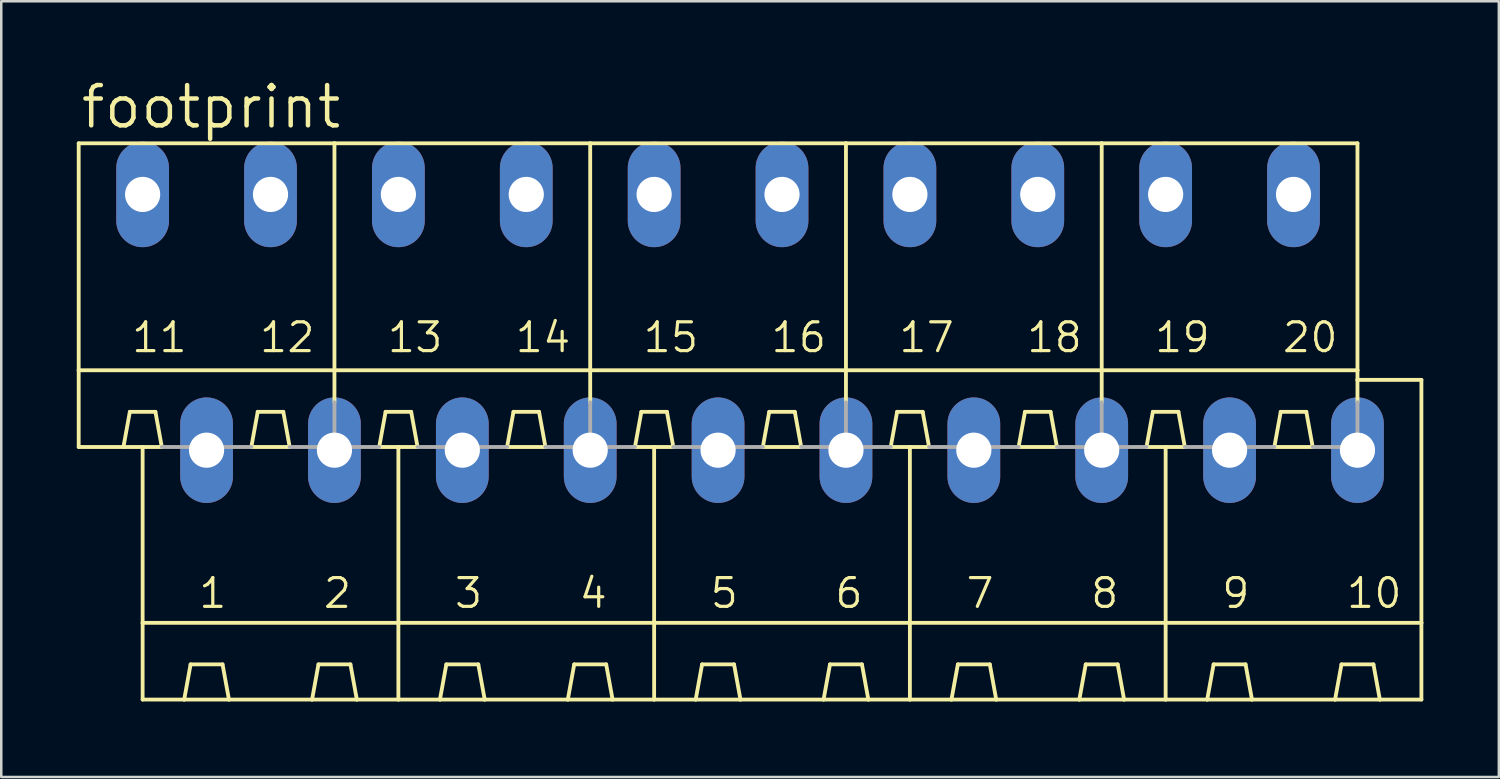
<source format=kicad_pcb>
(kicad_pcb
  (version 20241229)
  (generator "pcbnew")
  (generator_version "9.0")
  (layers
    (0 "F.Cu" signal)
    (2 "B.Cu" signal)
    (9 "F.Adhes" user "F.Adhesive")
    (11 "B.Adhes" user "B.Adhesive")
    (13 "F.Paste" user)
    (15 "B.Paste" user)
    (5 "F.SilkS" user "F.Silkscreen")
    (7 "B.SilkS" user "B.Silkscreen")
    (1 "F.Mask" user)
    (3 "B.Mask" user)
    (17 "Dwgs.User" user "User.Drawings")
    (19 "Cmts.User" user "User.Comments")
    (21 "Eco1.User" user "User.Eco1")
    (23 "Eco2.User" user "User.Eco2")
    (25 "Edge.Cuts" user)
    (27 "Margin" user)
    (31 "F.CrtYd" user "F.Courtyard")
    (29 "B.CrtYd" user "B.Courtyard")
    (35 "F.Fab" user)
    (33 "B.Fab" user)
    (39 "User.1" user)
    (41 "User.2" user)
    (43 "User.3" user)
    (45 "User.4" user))
  (footprint "footprint"
    (layer "F.Cu")
    (at 26.746 9.754)
    (property "Reference" "footprint" (at -26.67 -7.62 0) (layer "F.SilkS") (effects (font (size 1.6 1.6) (thickness 0.178)) (justify left bottom)))
    (fp_line (start -26.67 -7.112) (end -26.67 1.905) (stroke (width 0.152) (type solid)) (layer "F.SilkS"))
    (fp_line (start -26.67 -7.112) (end -16.51 -7.112) (stroke (width 0.152) (type solid)) (layer "F.SilkS"))
    (fp_line (start -26.67 1.905) (end -26.67 4.953) (stroke (width 0.152) (type solid)) (layer "F.SilkS"))
    (fp_line (start -26.67 1.905) (end -16.51 1.905) (stroke (width 0.152) (type solid)) (layer "F.SilkS"))
    (fp_line (start -26.67 4.953) (end -24.892 4.953) (stroke (width 0.152) (type solid)) (layer "F.SilkS"))
    (fp_line (start -24.892 4.953) (end -24.638 3.556) (stroke (width 0.152) (type solid)) (layer "F.SilkS"))
    (fp_line (start -24.892 4.953) (end -24.13 4.953) (stroke (width 0.152) (type solid)) (layer "F.SilkS"))
    (fp_line (start -24.638 3.556) (end -23.622 3.556) (stroke (width 0.152) (type solid)) (layer "F.SilkS"))
    (fp_line (start -24.13 4.953) (end -23.368 4.953) (stroke (width 0.152) (type solid)) (layer "F.SilkS"))
    (fp_line (start -24.13 11.938) (end -24.13 4.953) (stroke (width 0.152) (type solid)) (layer "F.SilkS"))
    (fp_line (start -24.13 11.938) (end -13.97 11.938) (stroke (width 0.152) (type solid)) (layer "F.SilkS"))
    (fp_line (start -24.13 14.986) (end -24.13 11.938) (stroke (width 0.152) (type solid)) (layer "F.SilkS"))
    (fp_line (start -24.13 14.986) (end -22.479 14.986) (stroke (width 0.152) (type solid)) (layer "F.SilkS"))
    (fp_line (start -23.622 3.556) (end -23.368 4.953) (stroke (width 0.152) (type solid)) (layer "F.SilkS"))
    (fp_line (start -22.479 14.986) (end -22.225 13.589) (stroke (width 0.152) (type solid)) (layer "F.SilkS"))
    (fp_line (start -22.479 14.986) (end -20.701 14.986) (stroke (width 0.152) (type solid)) (layer "F.SilkS"))
    (fp_line (start -22.225 13.589) (end -20.955 13.589) (stroke (width 0.152) (type solid)) (layer "F.SilkS"))
    (fp_line (start -20.955 13.589) (end -20.701 14.986) (stroke (width 0.152) (type solid)) (layer "F.SilkS"))
    (fp_line (start -20.701 14.986) (end -17.399 14.986) (stroke (width 0.152) (type solid)) (layer "F.SilkS"))
    (fp_line (start -19.812 4.953) (end -19.558 3.556) (stroke (width 0.152) (type solid)) (layer "F.SilkS"))
    (fp_line (start -19.812 4.953) (end -18.288 4.953) (stroke (width 0.152) (type solid)) (layer "F.SilkS"))
    (fp_line (start -19.558 3.556) (end -18.542 3.556) (stroke (width 0.152) (type solid)) (layer "F.SilkS"))
    (fp_line (start -18.542 3.556) (end -18.288 4.953) (stroke (width 0.152) (type solid)) (layer "F.SilkS"))
    (fp_line (start -17.399 14.986) (end -17.145 13.589) (stroke (width 0.152) (type solid)) (layer "F.SilkS"))
    (fp_line (start -17.399 14.986) (end -15.621 14.986) (stroke (width 0.152) (type solid)) (layer "F.SilkS"))
    (fp_line (start -17.145 13.589) (end -15.875 13.589) (stroke (width 0.152) (type solid)) (layer "F.SilkS"))
    (fp_line (start -16.51 -7.112) (end -16.51 1.905) (stroke (width 0.152) (type solid)) (layer "F.SilkS"))
    (fp_line (start -16.51 -7.112) (end -6.35 -7.112) (stroke (width 0.152) (type solid)) (layer "F.SilkS"))
    (fp_line (start -16.51 1.905) (end -16.51 3.175) (stroke (width 0.152) (type solid)) (layer "F.SilkS"))
    (fp_line (start -16.51 1.905) (end -6.35 1.905) (stroke (width 0.152) (type solid)) (layer "F.SilkS"))
    (fp_line (start -15.875 13.589) (end -15.621 14.986) (stroke (width 0.152) (type solid)) (layer "F.SilkS"))
    (fp_line (start -15.621 14.986) (end -13.97 14.986) (stroke (width 0.152) (type solid)) (layer "F.SilkS"))
    (fp_line (start -14.732 4.953) (end -14.478 3.556) (stroke (width 0.152) (type solid)) (layer "F.SilkS"))
    (fp_line (start -14.732 4.953) (end -13.97 4.953) (stroke (width 0.152) (type solid)) (layer "F.SilkS"))
    (fp_line (start -14.478 3.556) (end -13.462 3.556) (stroke (width 0.152) (type solid)) (layer "F.SilkS"))
    (fp_line (start -13.97 4.953) (end -13.208 4.953) (stroke (width 0.152) (type solid)) (layer "F.SilkS"))
    (fp_line (start -13.97 11.938) (end -13.97 4.953) (stroke (width 0.152) (type solid)) (layer "F.SilkS"))
    (fp_line (start -13.97 11.938) (end -3.81 11.938) (stroke (width 0.152) (type solid)) (layer "F.SilkS"))
    (fp_line (start -13.97 14.986) (end -13.97 11.938) (stroke (width 0.152) (type solid)) (layer "F.SilkS"))
    (fp_line (start -13.97 14.986) (end -12.319 14.986) (stroke (width 0.152) (type solid)) (layer "F.SilkS"))
    (fp_line (start -13.462 3.556) (end -13.208 4.953) (stroke (width 0.152) (type solid)) (layer "F.SilkS"))
    (fp_line (start -12.319 14.986) (end -12.065 13.589) (stroke (width 0.152) (type solid)) (layer "F.SilkS"))
    (fp_line (start -12.319 14.986) (end -10.541 14.986) (stroke (width 0.152) (type solid)) (layer "F.SilkS"))
    (fp_line (start -12.065 13.589) (end -10.795 13.589) (stroke (width 0.152) (type solid)) (layer "F.SilkS"))
    (fp_line (start -10.795 13.589) (end -10.541 14.986) (stroke (width 0.152) (type solid)) (layer "F.SilkS"))
    (fp_line (start -10.541 14.986) (end -7.239 14.986) (stroke (width 0.152) (type solid)) (layer "F.SilkS"))
    (fp_line (start -9.652 4.953) (end -9.398 3.556) (stroke (width 0.152) (type solid)) (layer "F.SilkS"))
    (fp_line (start -9.652 4.953) (end -8.128 4.953) (stroke (width 0.152) (type solid)) (layer "F.SilkS"))
    (fp_line (start -9.398 3.556) (end -8.382 3.556) (stroke (width 0.152) (type solid)) (layer "F.SilkS"))
    (fp_line (start -8.382 3.556) (end -8.128 4.953) (stroke (width 0.152) (type solid)) (layer "F.SilkS"))
    (fp_line (start -7.239 14.986) (end -6.985 13.589) (stroke (width 0.152) (type solid)) (layer "F.SilkS"))
    (fp_line (start -7.239 14.986) (end -5.461 14.986) (stroke (width 0.152) (type solid)) (layer "F.SilkS"))
    (fp_line (start -6.985 13.589) (end -5.715 13.589) (stroke (width 0.152) (type solid)) (layer "F.SilkS"))
    (fp_line (start -6.35 -7.112) (end -6.35 1.905) (stroke (width 0.152) (type solid)) (layer "F.SilkS"))
    (fp_line (start -6.35 -7.112) (end 3.81 -7.112) (stroke (width 0.152) (type solid)) (layer "F.SilkS"))
    (fp_line (start -6.35 1.905) (end -6.35 3.175) (stroke (width 0.152) (type solid)) (layer "F.SilkS"))
    (fp_line (start -6.35 1.905) (end 3.81 1.905) (stroke (width 0.152) (type solid)) (layer "F.SilkS"))
    (fp_line (start -5.715 13.589) (end -5.461 14.986) (stroke (width 0.152) (type solid)) (layer "F.SilkS"))
    (fp_line (start -5.461 14.986) (end -3.81 14.986) (stroke (width 0.152) (type solid)) (layer "F.SilkS"))
    (fp_line (start -4.572 4.953) (end -4.318 3.556) (stroke (width 0.152) (type solid)) (layer "F.SilkS"))
    (fp_line (start -4.572 4.953) (end -3.81 4.953) (stroke (width 0.152) (type solid)) (layer "F.SilkS"))
    (fp_line (start -4.318 3.556) (end -3.302 3.556) (stroke (width 0.152) (type solid)) (layer "F.SilkS"))
    (fp_line (start -3.81 4.953) (end -3.048 4.953) (stroke (width 0.152) (type solid)) (layer "F.SilkS"))
    (fp_line (start -3.81 11.938) (end -3.81 4.953) (stroke (width 0.152) (type solid)) (layer "F.SilkS"))
    (fp_line (start -3.81 11.938) (end 6.35 11.938) (stroke (width 0.152) (type solid)) (layer "F.SilkS"))
    (fp_line (start -3.81 14.986) (end -3.81 11.938) (stroke (width 0.152) (type solid)) (layer "F.SilkS"))
    (fp_line (start -3.81 14.986) (end -2.159 14.986) (stroke (width 0.152) (type solid)) (layer "F.SilkS"))
    (fp_line (start -3.302 3.556) (end -3.048 4.953) (stroke (width 0.152) (type solid)) (layer "F.SilkS"))
    (fp_line (start -2.159 14.986) (end -1.905 13.589) (stroke (width 0.152) (type solid)) (layer "F.SilkS"))
    (fp_line (start -2.159 14.986) (end -0.381 14.986) (stroke (width 0.152) (type solid)) (layer "F.SilkS"))
    (fp_line (start -1.905 13.589) (end -0.635 13.589) (stroke (width 0.152) (type solid)) (layer "F.SilkS"))
    (fp_line (start -0.635 13.589) (end -0.381 14.986) (stroke (width 0.152) (type solid)) (layer "F.SilkS"))
    (fp_line (start -0.381 14.986) (end 2.921 14.986) (stroke (width 0.152) (type solid)) (layer "F.SilkS"))
    (fp_line (start 0.508 4.953) (end 0.762 3.556) (stroke (width 0.152) (type solid)) (layer "F.SilkS"))
    (fp_line (start 0.508 4.953) (end 2.032 4.953) (stroke (width 0.152) (type solid)) (layer "F.SilkS"))
    (fp_line (start 0.762 3.556) (end 1.778 3.556) (stroke (width 0.152) (type solid)) (layer "F.SilkS"))
    (fp_line (start 1.778 3.556) (end 2.032 4.953) (stroke (width 0.152) (type solid)) (layer "F.SilkS"))
    (fp_line (start 2.921 14.986) (end 3.175 13.589) (stroke (width 0.152) (type solid)) (layer "F.SilkS"))
    (fp_line (start 2.921 14.986) (end 4.699 14.986) (stroke (width 0.152) (type solid)) (layer "F.SilkS"))
    (fp_line (start 3.175 13.589) (end 4.445 13.589) (stroke (width 0.152) (type solid)) (layer "F.SilkS"))
    (fp_line (start 3.81 -7.112) (end 3.81 1.905) (stroke (width 0.152) (type solid)) (layer "F.SilkS"))
    (fp_line (start 3.81 -7.112) (end 13.97 -7.112) (stroke (width 0.152) (type solid)) (layer "F.SilkS"))
    (fp_line (start 3.81 1.905) (end 3.81 3.175) (stroke (width 0.152) (type solid)) (layer "F.SilkS"))
    (fp_line (start 3.81 1.905) (end 13.97 1.905) (stroke (width 0.152) (type solid)) (layer "F.SilkS"))
    (fp_line (start 4.445 13.589) (end 4.699 14.986) (stroke (width 0.152) (type solid)) (layer "F.SilkS"))
    (fp_line (start 4.699 14.986) (end 6.35 14.986) (stroke (width 0.152) (type solid)) (layer "F.SilkS"))
    (fp_line (start 5.588 4.953) (end 5.842 3.556) (stroke (width 0.152) (type solid)) (layer "F.SilkS"))
    (fp_line (start 5.588 4.953) (end 6.35 4.953) (stroke (width 0.152) (type solid)) (layer "F.SilkS"))
    (fp_line (start 5.842 3.556) (end 6.858 3.556) (stroke (width 0.152) (type solid)) (layer "F.SilkS"))
    (fp_line (start 6.35 4.953) (end 7.112 4.953) (stroke (width 0.152) (type solid)) (layer "F.SilkS"))
    (fp_line (start 6.35 11.938) (end 6.35 4.953) (stroke (width 0.152) (type solid)) (layer "F.SilkS"))
    (fp_line (start 6.35 11.938) (end 16.51 11.938) (stroke (width 0.152) (type solid)) (layer "F.SilkS"))
    (fp_line (start 6.35 14.986) (end 6.35 11.938) (stroke (width 0.152) (type solid)) (layer "F.SilkS"))
    (fp_line (start 6.35 14.986) (end 8.001 14.986) (stroke (width 0.152) (type solid)) (layer "F.SilkS"))
    (fp_line (start 6.858 3.556) (end 7.112 4.953) (stroke (width 0.152) (type solid)) (layer "F.SilkS"))
    (fp_line (start 8.001 14.986) (end 8.255 13.589) (stroke (width 0.152) (type solid)) (layer "F.SilkS"))
    (fp_line (start 8.001 14.986) (end 9.779 14.986) (stroke (width 0.152) (type solid)) (layer "F.SilkS"))
    (fp_line (start 8.255 13.589) (end 9.525 13.589) (stroke (width 0.152) (type solid)) (layer "F.SilkS"))
    (fp_line (start 9.525 13.589) (end 9.779 14.986) (stroke (width 0.152) (type solid)) (layer "F.SilkS"))
    (fp_line (start 9.779 14.986) (end 13.081 14.986) (stroke (width 0.152) (type solid)) (layer "F.SilkS"))
    (fp_line (start 10.668 4.953) (end 10.922 3.556) (stroke (width 0.152) (type solid)) (layer "F.SilkS"))
    (fp_line (start 10.668 4.953) (end 12.192 4.953) (stroke (width 0.152) (type solid)) (layer "F.SilkS"))
    (fp_line (start 10.922 3.556) (end 11.938 3.556) (stroke (width 0.152) (type solid)) (layer "F.SilkS"))
    (fp_line (start 11.938 3.556) (end 12.192 4.953) (stroke (width 0.152) (type solid)) (layer "F.SilkS"))
    (fp_line (start 13.081 14.986) (end 13.335 13.589) (stroke (width 0.152) (type solid)) (layer "F.SilkS"))
    (fp_line (start 13.081 14.986) (end 14.859 14.986) (stroke (width 0.152) (type solid)) (layer "F.SilkS"))
    (fp_line (start 13.335 13.589) (end 14.605 13.589) (stroke (width 0.152) (type solid)) (layer "F.SilkS"))
    (fp_line (start 13.97 -7.112) (end 13.97 1.905) (stroke (width 0.152) (type solid)) (layer "F.SilkS"))
    (fp_line (start 13.97 -7.112) (end 24.13 -7.112) (stroke (width 0.152) (type solid)) (layer "F.SilkS"))
    (fp_line (start 13.97 1.905) (end 13.97 3.175) (stroke (width 0.152) (type solid)) (layer "F.SilkS"))
    (fp_line (start 13.97 1.905) (end 24.13 1.905) (stroke (width 0.152) (type solid)) (layer "F.SilkS"))
    (fp_line (start 14.605 13.589) (end 14.859 14.986) (stroke (width 0.152) (type solid)) (layer "F.SilkS"))
    (fp_line (start 14.859 14.986) (end 16.51 14.986) (stroke (width 0.152) (type solid)) (layer "F.SilkS"))
    (fp_line (start 15.748 4.953) (end 16.002 3.556) (stroke (width 0.152) (type solid)) (layer "F.SilkS"))
    (fp_line (start 15.748 4.953) (end 16.51 4.953) (stroke (width 0.152) (type solid)) (layer "F.SilkS"))
    (fp_line (start 16.002 3.556) (end 17.018 3.556) (stroke (width 0.152) (type solid)) (layer "F.SilkS"))
    (fp_line (start 16.51 4.953) (end 16.51 11.938) (stroke (width 0.152) (type solid)) (layer "F.SilkS"))
    (fp_line (start 16.51 4.953) (end 17.272 4.953) (stroke (width 0.152) (type solid)) (layer "F.SilkS"))
    (fp_line (start 16.51 11.938) (end 26.67 11.938) (stroke (width 0.152) (type solid)) (layer "F.SilkS"))
    (fp_line (start 16.51 14.986) (end 16.51 11.938) (stroke (width 0.152) (type solid)) (layer "F.SilkS"))
    (fp_line (start 16.51 14.986) (end 18.161 14.986) (stroke (width 0.152) (type solid)) (layer "F.SilkS"))
    (fp_line (start 17.018 3.556) (end 17.272 4.953) (stroke (width 0.152) (type solid)) (layer "F.SilkS"))
    (fp_line (start 18.161 14.986) (end 18.415 13.589) (stroke (width 0.152) (type solid)) (layer "F.SilkS"))
    (fp_line (start 18.161 14.986) (end 19.939 14.986) (stroke (width 0.152) (type solid)) (layer "F.SilkS"))
    (fp_line (start 18.415 13.589) (end 19.685 13.589) (stroke (width 0.152) (type solid)) (layer "F.SilkS"))
    (fp_line (start 19.685 13.589) (end 19.939 14.986) (stroke (width 0.152) (type solid)) (layer "F.SilkS"))
    (fp_line (start 19.939 14.986) (end 23.241 14.986) (stroke (width 0.152) (type solid)) (layer "F.SilkS"))
    (fp_line (start 20.828 4.953) (end 21.082 3.556) (stroke (width 0.152) (type solid)) (layer "F.SilkS"))
    (fp_line (start 20.828 4.953) (end 22.352 4.953) (stroke (width 0.152) (type solid)) (layer "F.SilkS"))
    (fp_line (start 21.082 3.556) (end 22.098 3.556) (stroke (width 0.152) (type solid)) (layer "F.SilkS"))
    (fp_line (start 22.098 3.556) (end 22.352 4.953) (stroke (width 0.152) (type solid)) (layer "F.SilkS"))
    (fp_line (start 23.241 14.986) (end 23.495 13.589) (stroke (width 0.152) (type solid)) (layer "F.SilkS"))
    (fp_line (start 23.241 14.986) (end 25.019 14.986) (stroke (width 0.152) (type solid)) (layer "F.SilkS"))
    (fp_line (start 23.495 13.589) (end 24.765 13.589) (stroke (width 0.152) (type solid)) (layer "F.SilkS"))
    (fp_line (start 24.13 -7.112) (end 24.13 1.905) (stroke (width 0.152) (type solid)) (layer "F.SilkS"))
    (fp_line (start 24.13 1.905) (end 24.13 2.286) (stroke (width 0.152) (type solid)) (layer "F.SilkS"))
    (fp_line (start 24.13 2.286) (end 24.13 3.175) (stroke (width 0.152) (type solid)) (layer "F.SilkS"))
    (fp_line (start 24.765 13.589) (end 25.019 14.986) (stroke (width 0.152) (type solid)) (layer "F.SilkS"))
    (fp_line (start 25.019 14.986) (end 26.67 14.986) (stroke (width 0.152) (type solid)) (layer "F.SilkS"))
    (fp_line (start 26.67 2.286) (end 24.13 2.286) (stroke (width 0.152) (type solid)) (layer "F.SilkS"))
    (fp_line (start 26.67 2.286) (end 26.67 11.938) (stroke (width 0.152) (type solid)) (layer "F.SilkS"))
    (fp_line (start 26.67 11.938) (end 26.67 14.986) (stroke (width 0.152) (type solid)) (layer "F.SilkS"))
    (fp_line (start -23.368 4.953) (end -19.812 4.953) (stroke (width 0.152) (type solid)) (layer "F.Fab"))
    (fp_line (start -18.288 4.953) (end -16.51 4.953) (stroke (width 0.152) (type solid)) (layer "F.Fab"))
    (fp_line (start -16.51 3.175) (end -16.51 4.953) (stroke (width 0.152) (type solid)) (layer "F.Fab"))
    (fp_line (start -14.732 4.953) (end -16.51 4.953) (stroke (width 0.152) (type solid)) (layer "F.Fab"))
    (fp_line (start -13.208 4.953) (end -9.652 4.953) (stroke (width 0.152) (type solid)) (layer "F.Fab"))
    (fp_line (start -8.128 4.953) (end -6.35 4.953) (stroke (width 0.152) (type solid)) (layer "F.Fab"))
    (fp_line (start -6.35 3.175) (end -6.35 4.953) (stroke (width 0.152) (type solid)) (layer "F.Fab"))
    (fp_line (start -6.35 4.953) (end -4.572 4.953) (stroke (width 0.152) (type solid)) (layer "F.Fab"))
    (fp_line (start -3.048 4.953) (end 0.508 4.953) (stroke (width 0.152) (type solid)) (layer "F.Fab"))
    (fp_line (start 2.032 4.953) (end 3.81 4.953) (stroke (width 0.152) (type solid)) (layer "F.Fab"))
    (fp_line (start 3.81 3.175) (end 3.81 4.953) (stroke (width 0.152) (type solid)) (layer "F.Fab"))
    (fp_line (start 3.81 4.953) (end 5.588 4.953) (stroke (width 0.152) (type solid)) (layer "F.Fab"))
    (fp_line (start 7.112 4.953) (end 10.668 4.953) (stroke (width 0.152) (type solid)) (layer "F.Fab"))
    (fp_line (start 12.192 4.953) (end 13.97 4.953) (stroke (width 0.152) (type solid)) (layer "F.Fab"))
    (fp_line (start 13.97 3.175) (end 13.97 4.953) (stroke (width 0.152) (type solid)) (layer "F.Fab"))
    (fp_line (start 13.97 4.953) (end 15.748 4.953) (stroke (width 0.152) (type solid)) (layer "F.Fab"))
    (fp_line (start 17.272 4.953) (end 20.828 4.953) (stroke (width 0.152) (type solid)) (layer "F.Fab"))
    (fp_line (start 22.352 4.953) (end 24.13 4.953) (stroke (width 0.152) (type solid)) (layer "F.Fab"))
    (fp_line (start 24.13 3.175) (end 24.13 4.953) (stroke (width 0.152) (type solid)) (layer "F.Fab"))
    (fp_text user "11" (at -24.638 1.27 0) (layer "F.SilkS") (effects (font (size 1.143 1.143) (thickness 0.127)) (justify left bottom)))
    (fp_text user "19" (at 16.002 1.27 0) (layer "F.SilkS") (effects (font (size 1.143 1.143) (thickness 0.127)) (justify left bottom)))
    (fp_text user "6" (at 3.302 11.43 0) (layer "F.SilkS") (effects (font (size 1.143 1.143) (thickness 0.127)) (justify left bottom)))
    (fp_text user "2" (at -17.018 11.43 0) (layer "F.SilkS") (effects (font (size 1.143 1.143) (thickness 0.127)) (justify left bottom)))
    (fp_text user "8" (at 13.462 11.43 0) (layer "F.SilkS") (effects (font (size 1.143 1.143) (thickness 0.127)) (justify left bottom)))
    (fp_text user "15" (at -4.318 1.27 0) (layer "F.SilkS") (effects (font (size 1.143 1.143) (thickness 0.127)) (justify left bottom)))
    (fp_text user "3" (at -11.811 11.43 0) (layer "F.SilkS") (effects (font (size 1.143 1.143) (thickness 0.127)) (justify left bottom)))
    (fp_text user "7" (at 8.509 11.43 0) (layer "F.SilkS") (effects (font (size 1.143 1.143) (thickness 0.127)) (justify left bottom)))
    (fp_text user "14" (at -9.398 1.27 0) (layer "F.SilkS") (effects (font (size 1.143 1.143) (thickness 0.127)) (justify left bottom)))
    (fp_text user "16" (at 0.762 1.27 0) (layer "F.SilkS") (effects (font (size 1.143 1.143) (thickness 0.127)) (justify left bottom)))
    (fp_text user "20" (at 21.082 1.27 0) (layer "F.SilkS") (effects (font (size 1.143 1.143) (thickness 0.127)) (justify left bottom)))
    (fp_text user "18" (at 10.922 1.27 0) (layer "F.SilkS") (effects (font (size 1.143 1.143) (thickness 0.127)) (justify left bottom)))
    (fp_text user "10" (at 23.622 11.43 0) (layer "F.SilkS") (effects (font (size 1.143 1.143) (thickness 0.127)) (justify left bottom)))
    (fp_text user "4" (at -6.858 11.43 0) (layer "F.SilkS") (effects (font (size 1.143 1.143) (thickness 0.127)) (justify left bottom)))
    (fp_text user "17" (at 5.842 1.27 0) (layer "F.SilkS") (effects (font (size 1.143 1.143) (thickness 0.127)) (justify left bottom)))
    (fp_text user "13" (at -14.478 1.27 0) (layer "F.SilkS") (effects (font (size 1.143 1.143) (thickness 0.127)) (justify left bottom)))
    (fp_text user "5" (at -1.651 11.43 0) (layer "F.SilkS") (effects (font (size 1.143 1.143) (thickness 0.127)) (justify left bottom)))
    (fp_text user "1" (at -21.971 11.43 0) (layer "F.SilkS") (effects (font (size 1.143 1.143) (thickness 0.127)) (justify left bottom)))
    (fp_text user "9" (at 18.669 11.43 0) (layer "F.SilkS") (effects (font (size 1.143 1.143) (thickness 0.127)) (justify left bottom)))
    (fp_text user "12" (at -19.558 1.27 0) (layer "F.SilkS") (effects (font (size 1.143 1.143) (thickness 0.127)) (justify left bottom)))
    (pad "1" thru_hole oval (at -21.59 5.08 90) (size 4.191 2.095) (drill 1.397) (layers "*.Cu" "*.Mask"))
    (pad "2" thru_hole oval (at -16.51 5.08 90) (size 4.191 2.095) (drill 1.397) (layers "*.Cu" "*.Mask"))
    (pad "3" thru_hole oval (at -11.43 5.08 90) (size 4.191 2.095) (drill 1.397) (layers "*.Cu" "*.Mask"))
    (pad "4" thru_hole oval (at -6.35 5.08 90) (size 4.191 2.095) (drill 1.397) (layers "*.Cu" "*.Mask"))
    (pad "5" thru_hole oval (at -1.27 5.08 90) (size 4.191 2.095) (drill 1.397) (layers "*.Cu" "*.Mask"))
    (pad "6" thru_hole oval (at 3.81 5.08 90) (size 4.191 2.095) (drill 1.397) (layers "*.Cu" "*.Mask"))
    (pad "7" thru_hole oval (at 8.89 5.08 90) (size 4.191 2.095) (drill 1.397) (layers "*.Cu" "*.Mask"))
    (pad "8" thru_hole oval (at 13.97 5.08 90) (size 4.191 2.095) (drill 1.397) (layers "*.Cu" "*.Mask"))
    (pad "9" thru_hole oval (at 19.05 5.08 90) (size 4.191 2.095) (drill 1.397) (layers "*.Cu" "*.Mask"))
    (pad "10" thru_hole oval (at 24.13 5.08 90) (size 4.191 2.095) (drill 1.397) (layers "*.Cu" "*.Mask"))
    (pad "11" thru_hole oval (at -24.13 -5.08 90) (size 4.191 2.095) (drill 1.397) (layers "*.Cu" "*.Mask"))
    (pad "12" thru_hole oval (at -19.05 -5.08 90) (size 4.191 2.095) (drill 1.397) (layers "*.Cu" "*.Mask"))
    (pad "13" thru_hole oval (at -13.97 -5.08 90) (size 4.191 2.095) (drill 1.397) (layers "*.Cu" "*.Mask"))
    (pad "14" thru_hole oval (at -8.89 -5.08 90) (size 4.191 2.095) (drill 1.397) (layers "*.Cu" "*.Mask"))
    (pad "15" thru_hole oval (at -3.81 -5.08 90) (size 4.191 2.095) (drill 1.397) (layers "*.Cu" "*.Mask"))
    (pad "16" thru_hole oval (at 1.27 -5.08 90) (size 4.191 2.095) (drill 1.397) (layers "*.Cu" "*.Mask"))
    (pad "17" thru_hole oval (at 6.35 -5.08 90) (size 4.191 2.095) (drill 1.397) (layers "*.Cu" "*.Mask"))
    (pad "18" thru_hole oval (at 11.43 -5.08 90) (size 4.191 2.095) (drill 1.397) (layers "*.Cu" "*.Mask"))
    (pad "19" thru_hole oval (at 16.51 -5.08 90) (size 4.191 2.095) (drill 1.397) (layers "*.Cu" "*.Mask"))
    (pad "20" thru_hole oval (at 21.59 -5.08 90) (size 4.191 2.095) (drill 1.397) (layers "*.Cu" "*.Mask")))
  (gr_rect
    (start -3 -3)
    (end 56.492 27.816)
    (stroke (width 0.1) (type default))
    (fill no)
    (layer "Edge.Cuts")))
</source>
